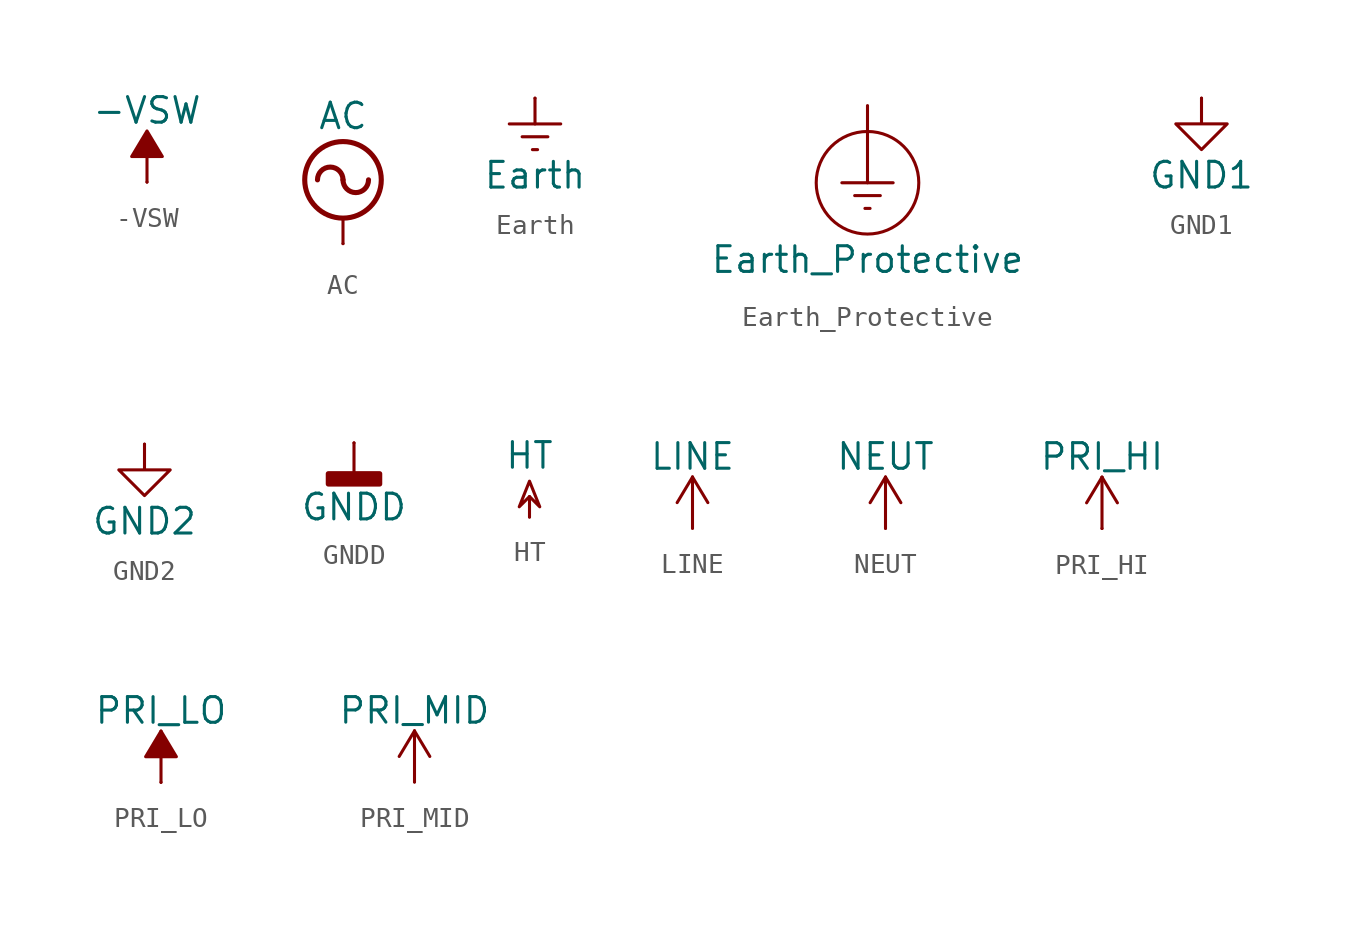
<source format=kicad_sym>
(kicad_symbol_lib
  (version 20241209)
  (generator "kicad_symbol_editor")
  (generator_version "9.0")
  (symbol "-VSW"
    (power)
    (pin_numbers
      (hide yes))
    (pin_names
      (offset 0)
      (hide yes))
    (property "Reference" "#PWR"
      (at 0 -3.81 0)
      (effects (font (size 1.27 1.27)) (hide yes)))
    (property "Value" "-VSW"
      (at 0 3.556 0)
      (effects (font (size 1.27 1.27))))
    (symbol "-VSW_0_0"
      (pin power_in line (at 0 0 90) (length 0) (name "~" (effects (font (size 1.27 1.27)))) (number "1" (effects (font (size 1.27 1.27))))))
    (symbol "-VSW_0_1"
      (polyline (pts (xy 0 0) (xy 0 1.27) (xy 0.762 1.27) (xy 0 2.54) (xy -0.762 1.27) (xy 0 1.27)) (stroke (width 0) (type default)) (fill (type outline)))))
  (symbol "AC"
    (power)
    (pin_numbers
      (hide yes))
    (pin_names
      (offset 0)
      (hide yes))
    (property "Reference" "#PWR"
      (at 0 -2.54 0)
      (effects (font (size 1.27 1.27)) (hide yes)))
    (property "Value" "AC"
      (at 0 6.35 0)
      (effects (font (size 1.27 1.27))))
    (symbol "AC_0_1"
      (arc (start -1.27 3.175) (mid -0.635 3.8073) (end 0 3.175) (stroke (width 0.254) (type default)) (fill (type none)))
      (circle (center 0 3.175) (radius 1.905) (stroke (width 0.254) (type default)) (fill (type none)))
      (polyline (pts (xy 0 0) (xy 0 1.27)) (stroke (width 0) (type default)) (fill (type none)))
      (arc (start 1.27 3.175) (mid 0.635 2.5427) (end 0 3.175) (stroke (width 0.254) (type default)) (fill (type none))))
    (symbol "AC_1_1"
      (pin power_in line (at 0 0 90) (length 0) (name "~" (effects (font (size 1.27 1.27)))) (number "1" (effects (font (size 1.27 1.27)))))))
  (symbol "Earth"
    (power)
    (pin_numbers
      (hide yes))
    (pin_names
      (offset 0)
      (hide yes))
    (property "Reference" "#PWR"
      (at 0 -6.35 0)
      (effects (font (size 1.27 1.27)) (hide yes)))
    (property "Value" "Earth"
      (at 0 -3.81 0)
      (effects (font (size 1.27 1.27))))
    (symbol "Earth_0_1"
      (polyline (pts (xy -0.635 -1.905) (xy 0.635 -1.905)) (stroke (width 0) (type default)) (fill (type none)))
      (polyline (pts (xy -0.127 -2.54) (xy 0.127 -2.54)) (stroke (width 0) (type default)) (fill (type none)))
      (polyline (pts (xy 0 -1.27) (xy 0 0)) (stroke (width 0) (type default)) (fill (type none)))
      (polyline (pts (xy 1.27 -1.27) (xy -1.27 -1.27)) (stroke (width 0) (type default)) (fill (type none))))
    (symbol "Earth_1_1"
      (pin power_in line (at 0 0 270) (length 0) (name "~" (effects (font (size 1.27 1.27)))) (number "1" (effects (font (size 1.27 1.27)))))))
  (symbol "Earth_Protective"
    (power)
    (pin_numbers
      (hide yes))
    (pin_names
      (offset 0)
      (hide yes))
    (property "Reference" "#PWR"
      (at 0 -10.16 0)
      (effects (font (size 1.27 1.27)) (hide yes)))
    (property "Value" "Earth_Protective"
      (at 0 -7.62 0)
      (effects (font (size 1.27 1.27))))
    (symbol "Earth_Protective_0_1"
      (polyline (pts (xy -0.635 -4.445) (xy 0.635 -4.445)) (stroke (width 0) (type default)) (fill (type none)))
      (polyline (pts (xy -0.127 -5.08) (xy 0.127 -5.08)) (stroke (width 0) (type default)) (fill (type none)))
      (polyline (pts (xy 0 -3.81) (xy 0 0)) (stroke (width 0) (type default)) (fill (type none)))
      (circle (center 0 -3.81) (radius 2.54) (stroke (width 0) (type default)) (fill (type none)))
      (polyline (pts (xy 1.27 -3.81) (xy -1.27 -3.81)) (stroke (width 0) (type default)) (fill (type none))))
    (symbol "Earth_Protective_1_1"
      (pin power_in line (at 0 0 270) (length 0) (name "~" (effects (font (size 1.27 1.27)))) (number "1" (effects (font (size 1.27 1.27)))))))
  (symbol "GND1"
    (power)
    (pin_numbers
      (hide yes))
    (pin_names
      (offset 0)
      (hide yes))
    (property "Reference" "#PWR"
      (at 0 -6.35 0)
      (effects (font (size 1.27 1.27)) (hide yes)))
    (property "Value" "GND1"
      (at 0 -3.81 0)
      (effects (font (size 1.27 1.27))))
    (symbol "GND1_0_1"
      (polyline (pts (xy 0 0) (xy 0 -1.27) (xy 1.27 -1.27) (xy 0 -2.54) (xy -1.27 -1.27) (xy 0 -1.27)) (stroke (width 0) (type default)) (fill (type none))))
    (symbol "GND1_1_1"
      (pin power_in line (at 0 0 270) (length 0) (name "~" (effects (font (size 1.27 1.27)))) (number "1" (effects (font (size 1.27 1.27)))))))
  (symbol "GND2"
    (power)
    (pin_numbers
      (hide yes))
    (pin_names
      (offset 0)
      (hide yes))
    (property "Reference" "#PWR"
      (at 0 -6.35 0)
      (effects (font (size 1.27 1.27)) (hide yes)))
    (property "Value" "GND2"
      (at 0 -3.81 0)
      (effects (font (size 1.27 1.27))))
    (symbol "GND2_0_1"
      (polyline (pts (xy 0 0) (xy 0 -1.27) (xy 1.27 -1.27) (xy 0 -2.54) (xy -1.27 -1.27) (xy 0 -1.27)) (stroke (width 0) (type default)) (fill (type none))))
    (symbol "GND2_1_1"
      (pin power_in line (at 0 0 270) (length 0) (name "~" (effects (font (size 1.27 1.27)))) (number "1" (effects (font (size 1.27 1.27)))))))
  (symbol "GNDD"
    (power)
    (pin_numbers
      (hide yes))
    (pin_names
      (offset 0)
      (hide yes))
    (property "Reference" "#PWR"
      (at 0 -6.35 0)
      (effects (font (size 1.27 1.27)) (hide yes)))
    (property "Value" "GNDD"
      (at 0 -3.175 0)
      (effects (font (size 1.27 1.27))))
    (symbol "GNDD_0_1"
      (rectangle (start -1.27 -1.524) (end 1.27 -2.032) (stroke (width 0.254) (type default)) (fill (type outline)))
      (polyline (pts (xy 0 0) (xy 0 -1.524)) (stroke (width 0) (type default)) (fill (type none))))
    (symbol "GNDD_1_1"
      (pin power_in line (at 0 0 270) (length 0) (name "~" (effects (font (size 1.27 1.27)))) (number "1" (effects (font (size 1.27 1.27)))))))
  (symbol "HT"
    (power)
    (pin_numbers
      (hide yes))
    (pin_names
      (offset 0)
      (hide yes))
    (property "Reference" "#PWR"
      (at 0 -3.81 0)
      (effects (font (size 1.27 1.27)) (hide yes)))
    (property "Value" "HT"
      (at 0 3.048 0)
      (effects (font (size 1.27 1.27))))
    (symbol "HT_0_0"
      (pin power_in line (at 0 0 90) (length 0) (name "~" (effects (font (size 1.27 1.27)))) (number "1" (effects (font (size 1.27 1.27))))))
    (symbol "HT_0_1"
      (polyline (pts (xy 0 1.016) (xy 0.508 0.508) (xy 0 1.778) (xy -0.508 0.508) (xy 0 1.016) (xy 0 1.016)) (stroke (width 0) (type default)) (fill (type none)))
      (polyline (pts (xy 0 0) (xy 0 1.016) (xy 0 1.016)) (stroke (width 0) (type default)) (fill (type none)))))
  (symbol "LINE"
    (power)
    (pin_numbers
      (hide yes))
    (pin_names
      (offset 0)
      (hide yes))
    (property "Reference" "#PWR"
      (at 0 -3.81 0)
      (effects (font (size 1.27 1.27)) (hide yes)))
    (property "Value" "LINE"
      (at 0 3.556 0)
      (effects (font (size 1.27 1.27))))
    (symbol "LINE_0_1"
      (polyline (pts (xy -0.762 1.27) (xy 0 2.54)) (stroke (width 0) (type default)) (fill (type none)))
      (polyline (pts (xy 0 2.54) (xy 0.762 1.27)) (stroke (width 0) (type default)) (fill (type none)))
      (polyline (pts (xy 0 0) (xy 0 2.54)) (stroke (width 0) (type default)) (fill (type none))))
    (symbol "LINE_1_1"
      (pin power_in line (at 0 0 90) (length 0) (name "~" (effects (font (size 1.27 1.27)))) (number "1" (effects (font (size 1.27 1.27)))))))
  (symbol "NEUT"
    (power)
    (pin_numbers
      (hide yes))
    (pin_names
      (offset 0)
      (hide yes))
    (property "Reference" "#PWR"
      (at 0 -3.81 0)
      (effects (font (size 1.27 1.27)) (hide yes)))
    (property "Value" "NEUT"
      (at 0 3.556 0)
      (effects (font (size 1.27 1.27))))
    (symbol "NEUT_0_1"
      (polyline (pts (xy -0.762 1.27) (xy 0 2.54)) (stroke (width 0) (type default)) (fill (type none)))
      (polyline (pts (xy 0 2.54) (xy 0.762 1.27)) (stroke (width 0) (type default)) (fill (type none)))
      (polyline (pts (xy 0 0) (xy 0 2.54)) (stroke (width 0) (type default)) (fill (type none))))
    (symbol "NEUT_1_1"
      (pin power_in line (at 0 0 90) (length 0) (name "~" (effects (font (size 1.27 1.27)))) (number "1" (effects (font (size 1.27 1.27)))))))
  (symbol "PRI_HI"
    (power)
    (pin_numbers
      (hide yes))
    (pin_names
      (offset 0)
      (hide yes))
    (property "Reference" "#PWR"
      (at 0 -3.81 0)
      (effects (font (size 1.27 1.27)) (hide yes)))
    (property "Value" "PRI_HI"
      (at 0 3.556 0)
      (effects (font (size 1.27 1.27))))
    (symbol "PRI_HI_0_1"
      (polyline (pts (xy -0.762 1.27) (xy 0 2.54)) (stroke (width 0) (type default)) (fill (type none)))
      (polyline (pts (xy 0 2.54) (xy 0.762 1.27)) (stroke (width 0) (type default)) (fill (type none)))
      (polyline (pts (xy 0 0) (xy 0 2.54)) (stroke (width 0) (type default)) (fill (type none))))
    (symbol "PRI_HI_1_1"
      (pin power_in line (at 0 0 90) (length 0) (name "~" (effects (font (size 1.27 1.27)))) (number "1" (effects (font (size 1.27 1.27)))))))
  (symbol "PRI_LO"
    (power)
    (pin_numbers
      (hide yes))
    (pin_names
      (offset 0)
      (hide yes))
    (property "Reference" "#PWR"
      (at 0 -3.81 0)
      (effects (font (size 1.27 1.27)) (hide yes)))
    (property "Value" "PRI_LO"
      (at 0 3.556 0)
      (effects (font (size 1.27 1.27))))
    (symbol "PRI_LO_0_1"
      (polyline (pts (xy 0 0) (xy 0 2.54)) (stroke (width 0) (type default)) (fill (type none)))
      (polyline (pts (xy 0.762 1.27) (xy -0.762 1.27) (xy 0 2.54) (xy 0.762 1.27)) (stroke (width 0) (type default)) (fill (type outline))))
    (symbol "PRI_LO_1_1"
      (pin power_in line (at 0 0 90) (length 0) (name "~" (effects (font (size 1.27 1.27)))) (number "1" (effects (font (size 1.27 1.27)))))))
  (symbol "PRI_MID"
    (power)
    (pin_numbers
      (hide yes))
    (pin_names
      (offset 0)
      (hide yes))
    (property "Reference" "#PWR"
      (at 0 -3.81 0)
      (effects (font (size 1.27 1.27)) (hide yes)))
    (property "Value" "PRI_MID"
      (at 0 3.556 0)
      (effects (font (size 1.27 1.27))))
    (symbol "PRI_MID_0_1"
      (polyline (pts (xy -0.762 1.27) (xy 0 2.54)) (stroke (width 0) (type default)) (fill (type none)))
      (polyline (pts (xy 0 2.54) (xy 0.762 1.27)) (stroke (width 0) (type default)) (fill (type none)))
      (polyline (pts (xy 0 0) (xy 0 2.54)) (stroke (width 0) (type default)) (fill (type none))))
    (symbol "PRI_MID_1_1"
      (pin power_in line (at 0 0 90) (length 0) (name "~" (effects (font (size 1.27 1.27)))) (number "1" (effects (font (size 1.27 1.27))))))))
</source>
